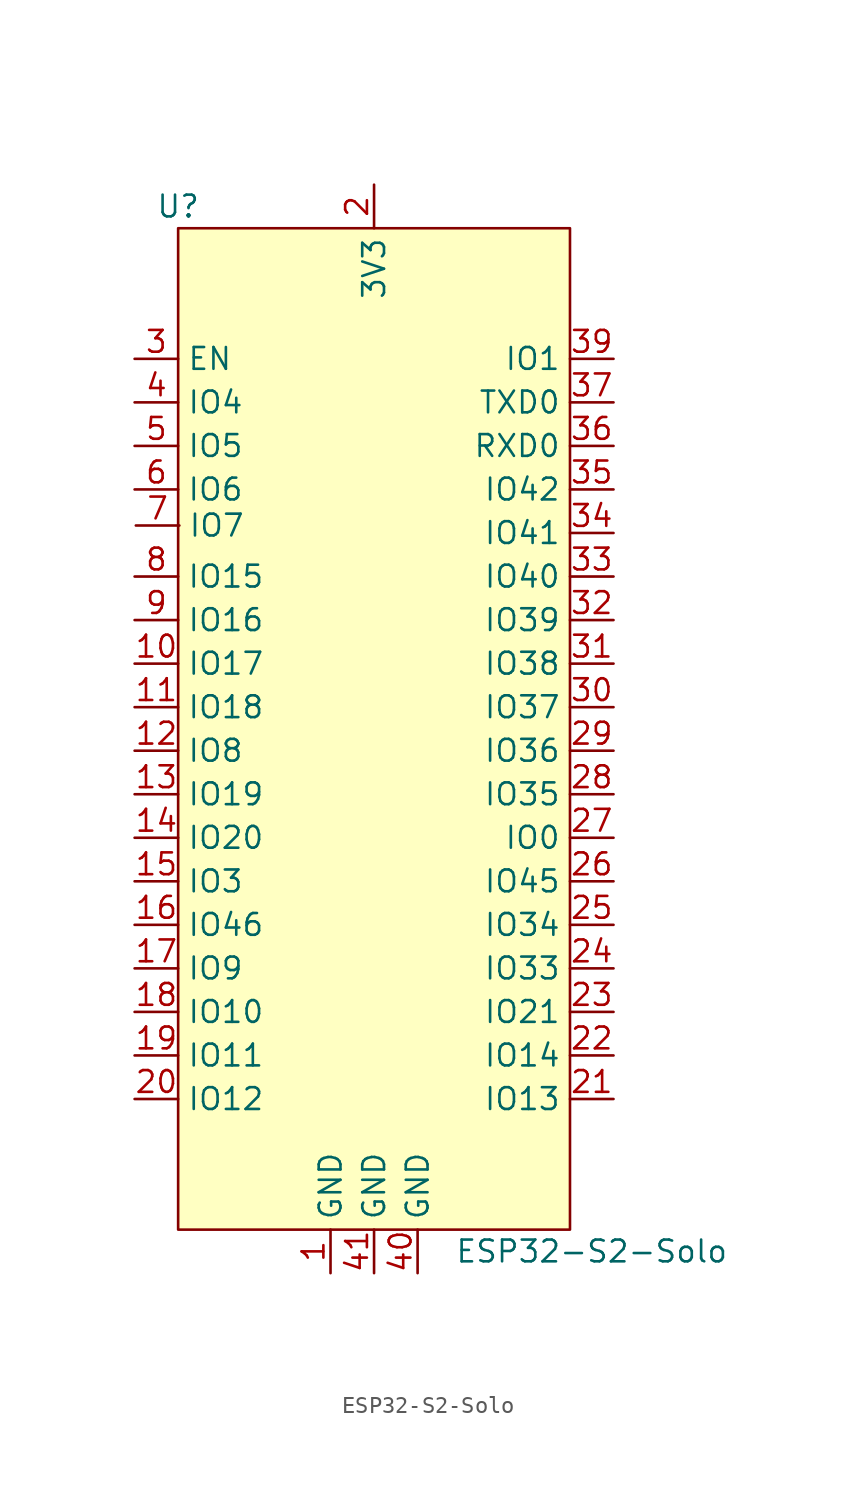
<source format=kicad_sym>
(kicad_symbol_lib
  (version 20220914)
  (generator kicad_symbol_editor)
  (symbol "ESP32-S2-Solo"
    (property "Reference" "U"
      (at -11.43 30.48 0)
      (effects (font (size 1.27 1.27))))
    (property "Value" "ESP32-S2-Solo"
      (at 12.7 -30.48 0)
      (effects (font (size 1.27 1.27))))
    (symbol "ESP32-S2-Solo_1_1"
      (rectangle (start -11.43 29.21) (end 11.43 -29.21) (stroke (width 0) (type default)) (fill (type background)))
      (pin power_out line (at -2.54 -31.75 90) (length 2.54) (name "GND" (effects (font (size 1.27 1.27)))) (number "1" (effects (font (size 1.27 1.27)))))
      (pin bidirectional line (at -13.97 3.81 0) (length 2.54) (name "IO17" (effects (font (size 1.27 1.27)))) (number "10" (effects (font (size 1.27 1.27)))))
      (pin bidirectional line (at -13.97 1.27 0) (length 2.54) (name "IO18" (effects (font (size 1.27 1.27)))) (number "11" (effects (font (size 1.27 1.27)))))
      (pin bidirectional line (at -13.97 -1.27 0) (length 2.54) (name "IO8" (effects (font (size 1.27 1.27)))) (number "12" (effects (font (size 1.27 1.27)))))
      (pin bidirectional line (at -13.97 -3.81 0) (length 2.54) (name "IO19" (effects (font (size 1.27 1.27)))) (number "13" (effects (font (size 1.27 1.27)))))
      (pin bidirectional line (at -13.97 -6.35 0) (length 2.54) (name "IO20" (effects (font (size 1.27 1.27)))) (number "14" (effects (font (size 1.27 1.27)))))
      (pin bidirectional line (at -13.97 -8.89 0) (length 2.54) (name "IO3" (effects (font (size 1.27 1.27)))) (number "15" (effects (font (size 1.27 1.27)))))
      (pin input line (at -13.97 -11.43 0) (length 2.54) (name "IO46" (effects (font (size 1.27 1.27)))) (number "16" (effects (font (size 1.27 1.27)))))
      (pin bidirectional line (at -13.97 -13.97 0) (length 2.54) (name "IO9" (effects (font (size 1.27 1.27)))) (number "17" (effects (font (size 1.27 1.27)))))
      (pin bidirectional line (at -13.97 -16.51 0) (length 2.54) (name "IO10" (effects (font (size 1.27 1.27)))) (number "18" (effects (font (size 1.27 1.27)))))
      (pin bidirectional line (at -13.97 -19.05 0) (length 2.54) (name "IO11" (effects (font (size 1.27 1.27)))) (number "19" (effects (font (size 1.27 1.27)))))
      (pin power_in line (at 0 31.75 270) (length 2.54) (name "3V3" (effects (font (size 1.27 1.27)))) (number "2" (effects (font (size 1.27 1.27)))))
      (pin bidirectional line (at -13.97 -21.59 0) (length 2.54) (name "IO12" (effects (font (size 1.27 1.27)))) (number "20" (effects (font (size 1.27 1.27)))))
      (pin bidirectional line (at 13.97 -21.59 180) (length 2.54) (name "IO13" (effects (font (size 1.27 1.27)))) (number "21" (effects (font (size 1.27 1.27)))))
      (pin bidirectional line (at 13.97 -19.05 180) (length 2.54) (name "IO14" (effects (font (size 1.27 1.27)))) (number "22" (effects (font (size 1.27 1.27)))))
      (pin bidirectional line (at 13.97 -16.51 180) (length 2.54) (name "IO21" (effects (font (size 1.27 1.27)))) (number "23" (effects (font (size 1.27 1.27)))))
      (pin bidirectional line (at 13.97 -13.97 180) (length 2.54) (name "IO33" (effects (font (size 1.27 1.27)))) (number "24" (effects (font (size 1.27 1.27)))))
      (pin bidirectional line (at 13.97 -11.43 180) (length 2.54) (name "IO34" (effects (font (size 1.27 1.27)))) (number "25" (effects (font (size 1.27 1.27)))))
      (pin bidirectional line (at 13.97 -8.89 180) (length 2.54) (name "IO45" (effects (font (size 1.27 1.27)))) (number "26" (effects (font (size 1.27 1.27)))))
      (pin bidirectional line (at 13.97 -6.35 180) (length 2.54) (name "IO0" (effects (font (size 1.27 1.27)))) (number "27" (effects (font (size 1.27 1.27)))))
      (pin bidirectional line (at 13.97 -3.81 180) (length 2.54) (name "IO35" (effects (font (size 1.27 1.27)))) (number "28" (effects (font (size 1.27 1.27)))))
      (pin bidirectional line (at 13.97 -1.27 180) (length 2.54) (name "IO36" (effects (font (size 1.27 1.27)))) (number "29" (effects (font (size 1.27 1.27)))))
      (pin input line (at -13.97 21.59 0) (length 2.54) (name "EN" (effects (font (size 1.27 1.27)))) (number "3" (effects (font (size 1.27 1.27)))))
      (pin bidirectional line (at 13.97 1.27 180) (length 2.54) (name "IO37" (effects (font (size 1.27 1.27)))) (number "30" (effects (font (size 1.27 1.27)))))
      (pin bidirectional line (at 13.97 3.81 180) (length 2.54) (name "IO38" (effects (font (size 1.27 1.27)))) (number "31" (effects (font (size 1.27 1.27)))))
      (pin bidirectional line (at 13.97 6.35 180) (length 2.54) (name "IO39" (effects (font (size 1.27 1.27)))) (number "32" (effects (font (size 1.27 1.27)))))
      (pin bidirectional line (at 13.97 8.89 180) (length 2.54) (name "IO40" (effects (font (size 1.27 1.27)))) (number "33" (effects (font (size 1.27 1.27)))))
      (pin bidirectional line (at 13.97 11.43 180) (length 2.54) (name "IO41" (effects (font (size 1.27 1.27)))) (number "34" (effects (font (size 1.27 1.27)))))
      (pin bidirectional line (at 13.97 13.97 180) (length 2.54) (name "IO42" (effects (font (size 1.27 1.27)))) (number "35" (effects (font (size 1.27 1.27)))))
      (pin bidirectional line (at 13.97 16.51 180) (length 2.54) (name "RXD0" (effects (font (size 1.27 1.27)))) (number "36" (effects (font (size 1.27 1.27)))))
      (pin bidirectional line (at 13.97 19.05 180) (length 2.54) (name "TXD0" (effects (font (size 1.27 1.27)))) (number "37" (effects (font (size 1.27 1.27)))))
      (pin bidirectional line (at 13.97 21.59 180) (length 2.54) (name "IO1" (effects (font (size 1.27 1.27)))) (number "39" (effects (font (size 1.27 1.27)))))
      (pin bidirectional line (at -13.97 19.05 0) (length 2.54) (name "IO4" (effects (font (size 1.27 1.27)))) (number "4" (effects (font (size 1.27 1.27)))))
      (pin power_out line (at 2.54 -31.75 90) (length 2.54) (name "GND" (effects (font (size 1.27 1.27)))) (number "40" (effects (font (size 1.27 1.27)))))
      (pin power_out line (at 0 -31.75 90) (length 2.54) (name "GND" (effects (font (size 1.27 1.27)))) (number "41" (effects (font (size 1.27 1.27)))))
      (pin bidirectional line (at -13.97 16.51 0) (length 2.54) (name "IO5" (effects (font (size 1.27 1.27)))) (number "5" (effects (font (size 1.27 1.27)))))
      (pin bidirectional line (at -13.97 13.97 0) (length 2.54) (name "IO6" (effects (font (size 1.27 1.27)))) (number "6" (effects (font (size 1.27 1.27)))))
      (pin bidirectional line (at -13.898 11.867 0) (length 2.54) (name "IO7" (effects (font (size 1.27 1.27)))) (number "7" (effects (font (size 1.27 1.27)))))
      (pin bidirectional line (at -13.97 8.89 0) (length 2.54) (name "IO15" (effects (font (size 1.27 1.27)))) (number "8" (effects (font (size 1.27 1.27)))))
      (pin bidirectional line (at -13.97 6.35 0) (length 2.54) (name "IO16" (effects (font (size 1.27 1.27)))) (number "9" (effects (font (size 1.27 1.27))))))))
</source>
